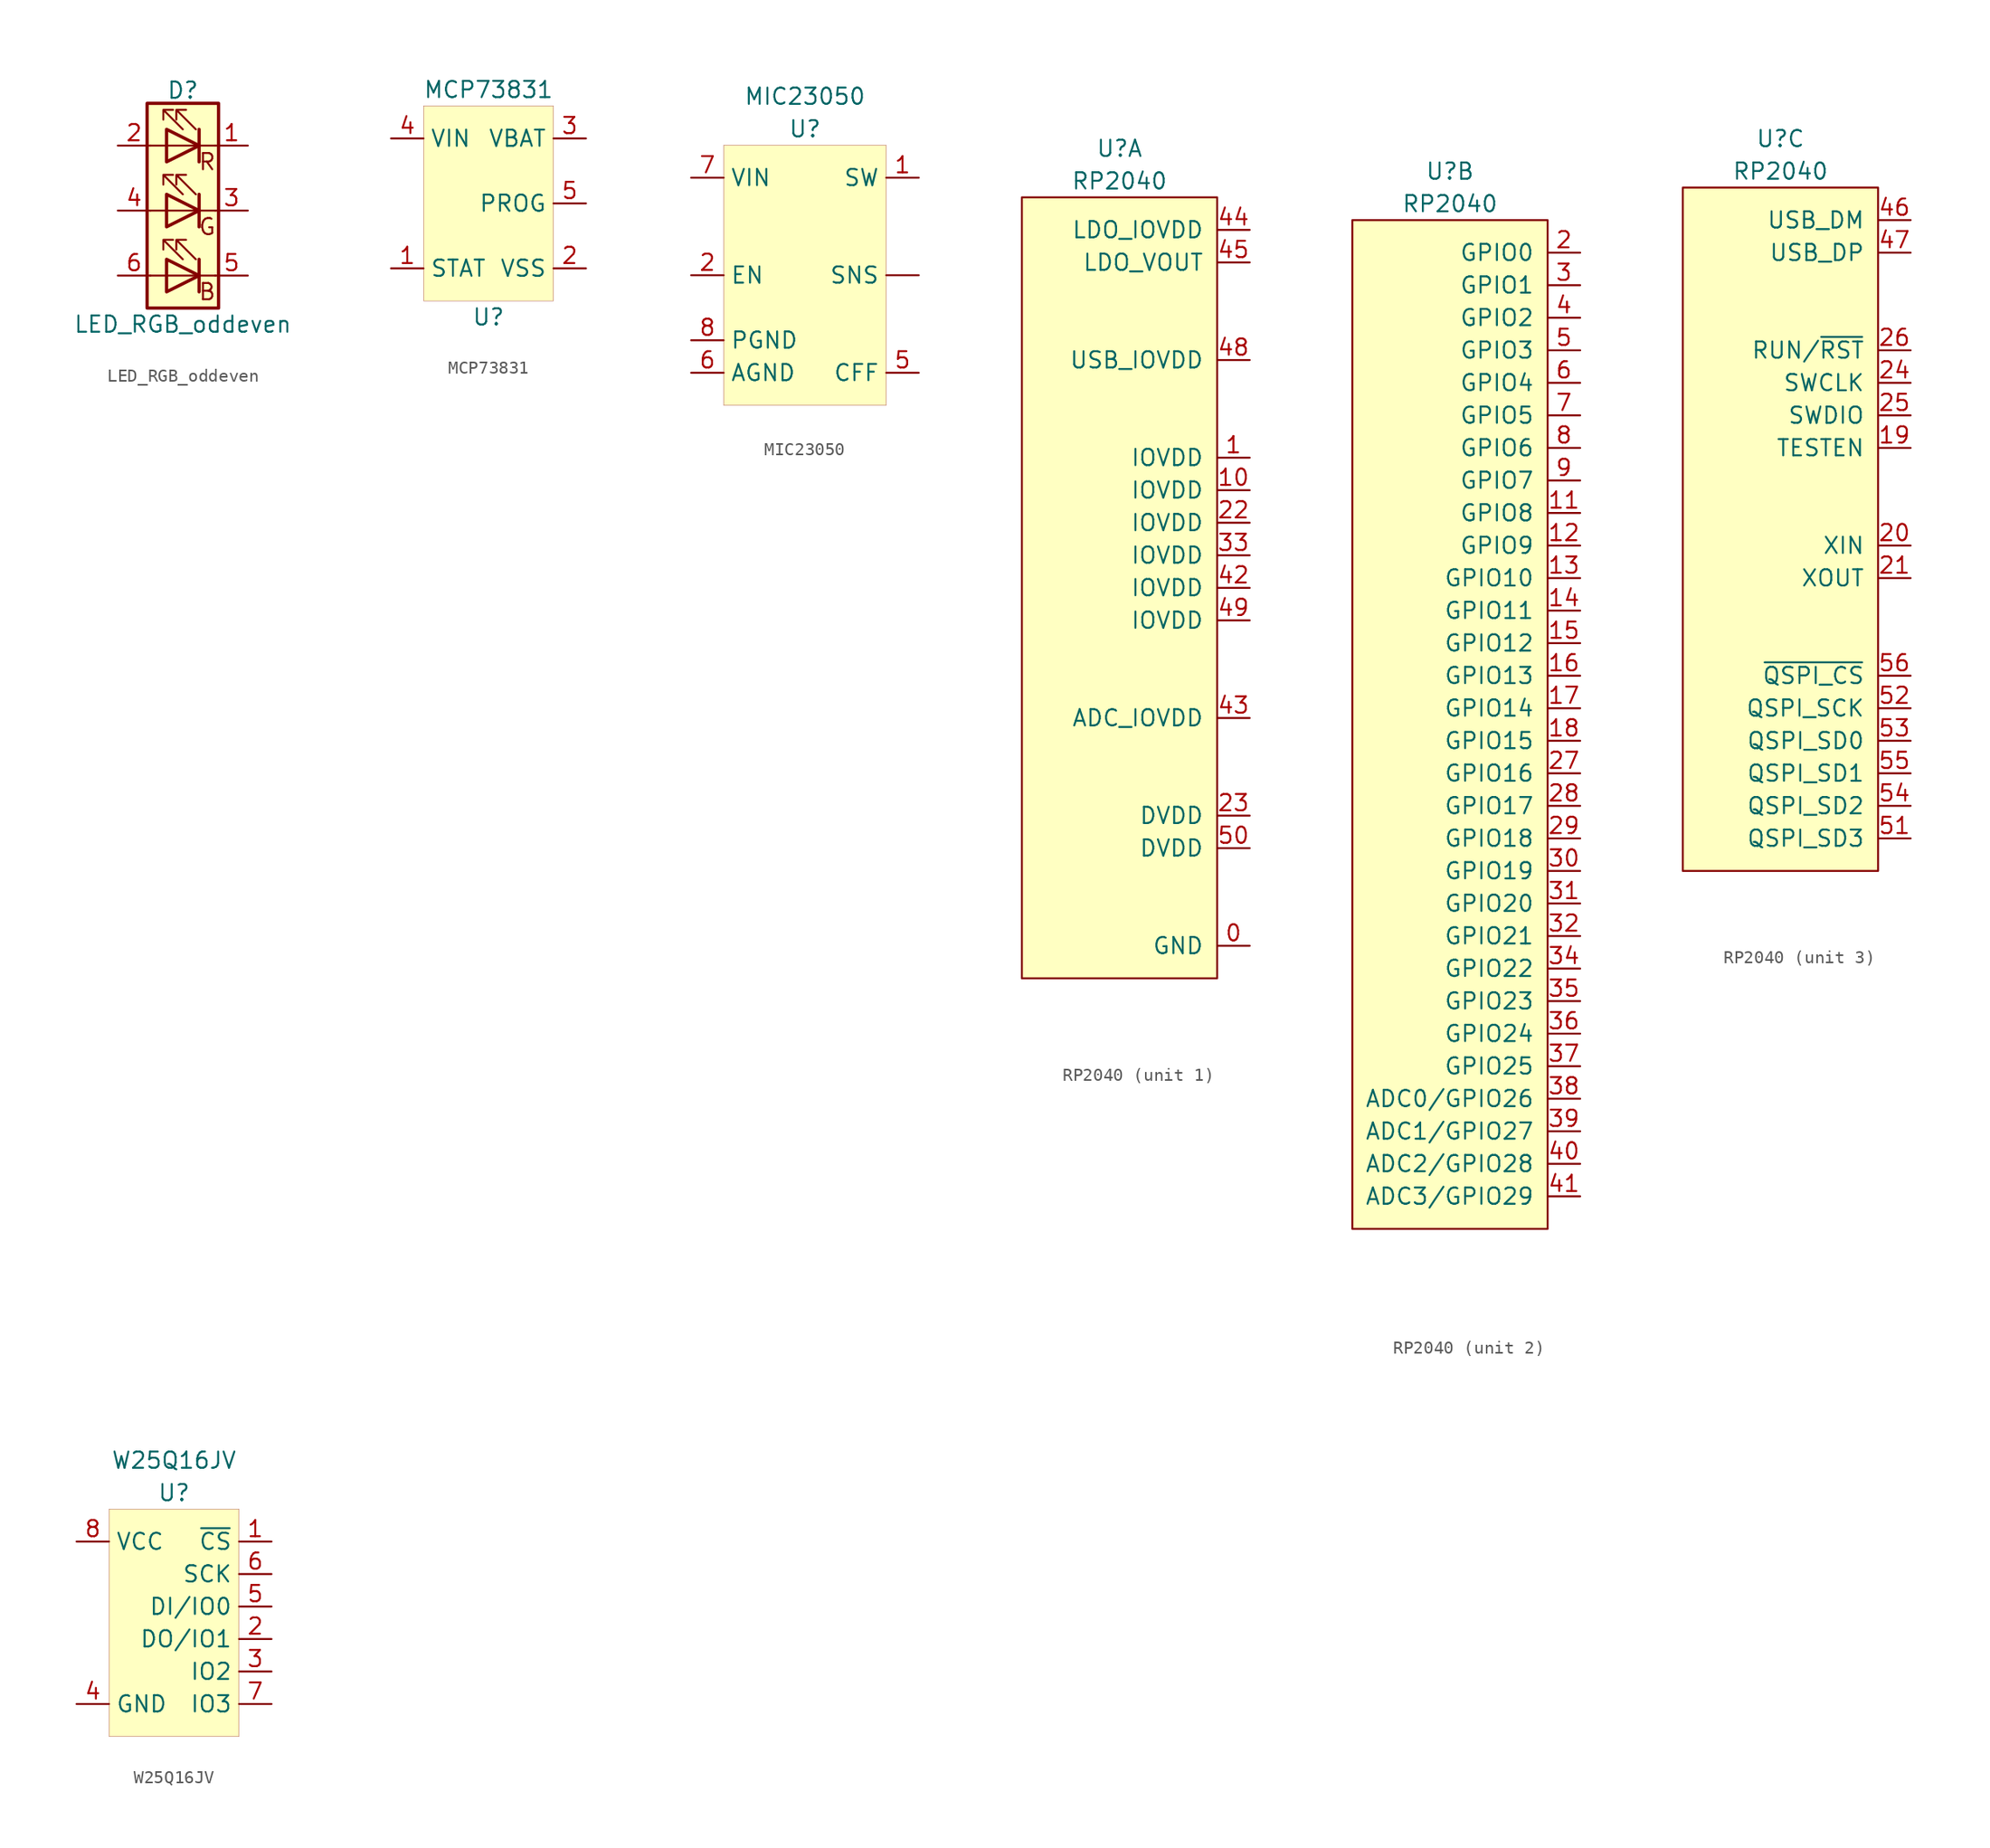
<source format=kicad_sym>
(kicad_symbol_lib
  (version 20201005)
  (generator kicad_symbol_editor)
  (symbol "riscboy:LED_RGB_oddeven"
    (pin_names
      (offset 0) hide)
    (property "Reference" "D"
      (at 0 9.398 0)
      (effects (font (size 1.27 1.27))))
    (property "Value" "LED_RGB_oddeven"
      (at 0 -8.89 0)
      (effects (font (size 1.27 1.27))))
    (symbol "LED_RGB_oddeven_0_0"
      (text "B" (at 1.905 -6.35 0) (effects (font (size 1.27 1.27))))
      (text "G" (at 1.905 -1.27 0) (effects (font (size 1.27 1.27))))
      (text "R" (at 1.905 3.81 0) (effects (font (size 1.27 1.27)))))
    (symbol "LED_RGB_oddeven_0_1"
      (rectangle (start -1.27 -1.27) (end -1.27 1.27) (stroke (width 0)) (fill (type none)))
      (rectangle (start -1.27 1.27) (end -1.27 1.27) (stroke (width 0)) (fill (type none)))
      (rectangle (start -1.27 3.81) (end -1.27 6.35) (stroke (width 0)) (fill (type none)))
      (rectangle (start -1.27 6.35) (end -1.27 6.35) (stroke (width 0)) (fill (type none)))
      (rectangle (start -2.794 8.382) (end 2.794 -7.62) (stroke (width 0.254)) (fill (type background)))
      (polyline (pts (xy 1.27 -5.08) (xy 2.54 -5.08)) (stroke (width 0)) (fill (type none)))
      (polyline (pts (xy 1.27 -5.08) (xy -1.27 -5.08)) (stroke (width 0)) (fill (type none)))
      (polyline (pts (xy 1.27 -3.81) (xy 1.27 -6.35)) (stroke (width 0.254)) (fill (type none)))
      (polyline (pts (xy 1.27 0) (xy 2.54 0)) (stroke (width 0)) (fill (type none)))
      (polyline (pts (xy 1.27 1.27) (xy 1.27 -1.27)) (stroke (width 0.254)) (fill (type none)))
      (polyline (pts (xy 1.27 5.08) (xy 2.54 5.08)) (stroke (width 0)) (fill (type none)))
      (polyline (pts (xy 1.27 5.08) (xy -1.27 5.08)) (stroke (width 0)) (fill (type none)))
      (polyline (pts (xy 1.27 6.35) (xy 1.27 3.81)) (stroke (width 0.254)) (fill (type none)))
      (polyline (pts (xy -1.27 -5.08) (xy -2.54 -5.08)) (stroke (width 0)) (fill (type none)))
      (polyline (pts (xy -1.27 0) (xy 1.27 0)) (stroke (width 0)) (fill (type none)))
      (polyline (pts (xy -1.27 0) (xy -2.54 0)) (stroke (width 0)) (fill (type none)))
      (polyline (pts (xy -1.27 5.08) (xy -2.54 5.08)) (stroke (width 0)) (fill (type none)))
      (polyline (pts (xy 1.27 1.27) (xy 1.27 -1.27) (xy 1.27 -1.27)) (stroke (width 0)) (fill (type none)))
      (polyline (pts (xy 1.27 6.35) (xy 1.27 3.81) (xy 1.27 3.81)) (stroke (width 0)) (fill (type none)))
      (polyline (pts (xy -1.27 -3.81) (xy -1.27 -6.35) (xy 1.27 -5.08) (xy -1.27 -3.81)) (stroke (width 0.254)) (fill (type none)))
      (polyline (pts (xy -1.27 1.27) (xy -1.27 -1.27) (xy 1.27 0) (xy -1.27 1.27)) (stroke (width 0.254)) (fill (type none)))
      (polyline (pts (xy -1.27 6.35) (xy -1.27 3.81) (xy 1.27 5.08) (xy -1.27 6.35)) (stroke (width 0.254)) (fill (type none)))
      (polyline (pts (xy 1.016 -3.81) (xy -0.508 -2.286) (xy 0.254 -2.286) (xy -0.508 -2.286) (xy -0.508 -3.048)) (stroke (width 0)) (fill (type none)))
      (polyline (pts (xy 1.016 1.27) (xy -0.508 2.794) (xy 0.254 2.794) (xy -0.508 2.794) (xy -0.508 2.032)) (stroke (width 0)) (fill (type none)))
      (polyline (pts (xy 1.016 6.35) (xy -0.508 7.874) (xy 0.254 7.874) (xy -0.508 7.874) (xy -0.508 7.112)) (stroke (width 0)) (fill (type none)))
      (polyline (pts (xy 0 -3.81) (xy -1.524 -2.286) (xy -0.762 -2.286) (xy -1.524 -2.286) (xy -1.524 -3.048)) (stroke (width 0)) (fill (type none)))
      (polyline (pts (xy 0 1.27) (xy -1.524 2.794) (xy -0.762 2.794) (xy -1.524 2.794) (xy -1.524 2.032)) (stroke (width 0)) (fill (type none)))
      (polyline (pts (xy 0 6.35) (xy -1.524 7.874) (xy -0.762 7.874) (xy -1.524 7.874) (xy -1.524 7.112)) (stroke (width 0)) (fill (type none))))
    (symbol "LED_RGB_oddeven_1_1"
      (pin passive line (at 5.08 5.08 180) (length 2.54) (name "RK" (effects (font (size 1.27 1.27)))) (number "1" (effects (font (size 1.27 1.27)))))
      (pin passive line (at 5.08 0 180) (length 2.54) (name "GK" (effects (font (size 1.27 1.27)))) (number "3" (effects (font (size 1.27 1.27)))))
      (pin passive line (at 5.08 -5.08 180) (length 2.54) (name "BK" (effects (font (size 1.27 1.27)))) (number "5" (effects (font (size 1.27 1.27)))))
      (pin passive line (at -5.08 0 0) (length 2.54) (name "GA" (effects (font (size 1.27 1.27)))) (number "4" (effects (font (size 1.27 1.27)))))
      (pin passive line (at -5.08 5.08 0) (length 2.54) (name "RA" (effects (font (size 1.27 1.27)))) (number "2" (effects (font (size 1.27 1.27)))))
      (pin passive line (at -5.08 -5.08 0) (length 2.54) (name "BA" (effects (font (size 1.27 1.27)))) (number "6" (effects (font (size 1.27 1.27)))))))
  (symbol "riscboy:MCP73831"
    (property "Reference" "U"
      (at 0 -8.89 0)
      (effects (font (size 1.27 1.27))))
    (property "Value" "MCP73831"
      (at 0 8.89 0)
      (effects (font (size 1.27 1.27))))
    (symbol "MCP73831_0_1"
      (rectangle (start -5.08 7.62) (end 5.08 -7.62) (stroke (width 0.001)) (fill (type background))))
    (symbol "MCP73831_1_1"
      (pin power_in line (at -7.62 5.08 0) (length 2.54) (name "VIN" (effects (font (size 1.27 1.27)))) (number "4" (effects (font (size 1.27 1.27)))))
      (pin open_collector line (at -7.62 -5.08 0) (length 2.54) (name "STAT" (effects (font (size 1.27 1.27)))) (number "1" (effects (font (size 1.27 1.27)))))
      (pin power_out line (at 7.62 5.08 180) (length 2.54) (name "VBAT" (effects (font (size 1.27 1.27)))) (number "3" (effects (font (size 1.27 1.27)))))
      (pin bidirectional line (at 7.62 0 180) (length 2.54) (name "PROG" (effects (font (size 1.27 1.27)))) (number "5" (effects (font (size 1.27 1.27)))))
      (pin passive line (at 7.62 -5.08 180) (length 2.54) (name "VSS" (effects (font (size 1.27 1.27)))) (number "2" (effects (font (size 1.27 1.27)))))))
  (symbol "riscboy:MIC23050"
    (property "Reference" "U"
      (at 0 11.43 0)
      (effects (font (size 1.27 1.27))))
    (property "Value" "MIC23050"
      (at 0 13.97 0)
      (effects (font (size 1.27 1.27))))
    (symbol "MIC23050_0_1"
      (rectangle (start -6.35 10.16) (end 6.35 -10.16) (stroke (width 0.001)) (fill (type background))))
    (symbol "MIC23050_1_1"
      (pin power_in line (at -8.89 7.62 0) (length 2.54) (name "VIN" (effects (font (size 1.27 1.27)))) (number "7" (effects (font (size 1.27 1.27)))))
      (pin input line (at -8.89 0 0) (length 2.54) (name "EN" (effects (font (size 1.27 1.27)))) (number "2" (effects (font (size 1.27 1.27)))))
      (pin passive line (at -8.89 -5.08 0) (length 2.54) (name "PGND" (effects (font (size 1.27 1.27)))) (number "8" (effects (font (size 1.27 1.27)))))
      (pin passive line (at -8.89 -7.62 0) (length 2.54) (name "AGND" (effects (font (size 1.27 1.27)))) (number "6" (effects (font (size 1.27 1.27)))))
      (pin power_out line (at 8.89 7.62 180) (length 2.54) (name "SW" (effects (font (size 1.27 1.27)))) (number "1" (effects (font (size 1.27 1.27)))))
      (pin power_out line (at 8.89 0 180) (length 2.54) (name "SNS" (effects (font (size 1.27 1.27)))) (number "" (effects (font (size 1.27 1.27)))))
      (pin power_out line (at 8.89 -7.62 180) (length 2.54) (name "CFF" (effects (font (size 1.27 1.27)))) (number "5" (effects (font (size 1.27 1.27)))))))
  (symbol "riscboy:RP2040"
    (pin_names
      (offset 1.016))
    (property "Reference" "U"
      (at 0 3.81 0)
      (effects (font (size 1.27 1.27))))
    (property "Value" "RP2040"
      (at 0 1.27 0)
      (effects (font (size 1.27 1.27))))
    (property "ki_locked" ""
      (at 0 0 0)
      (effects (font (size 1.27 1.27))))
    (symbol "RP2040_1_1"
      (rectangle (start -7.62 0) (end 7.62 -60.96) (stroke (width 0)) (fill (type background)))
      (pin passive line (at 10.16 -58.42 180) (length 2.54) (name "GND" (effects (font (size 1.27 1.27)))) (number "0" (effects (font (size 1.27 1.27)))))
      (pin power_in line (at 10.16 -20.32 180) (length 2.54) (name "IOVDD" (effects (font (size 1.27 1.27)))) (number "1" (effects (font (size 1.27 1.27)))))
      (pin power_in line (at 10.16 -22.86 180) (length 2.54) (name "IOVDD" (effects (font (size 1.27 1.27)))) (number "10" (effects (font (size 1.27 1.27)))))
      (pin power_in line (at 10.16 -25.4 180) (length 2.54) (name "IOVDD" (effects (font (size 1.27 1.27)))) (number "22" (effects (font (size 1.27 1.27)))))
      (pin power_in line (at 10.16 -48.26 180) (length 2.54) (name "DVDD" (effects (font (size 1.27 1.27)))) (number "23" (effects (font (size 1.27 1.27)))))
      (pin power_in line (at 10.16 -27.94 180) (length 2.54) (name "IOVDD" (effects (font (size 1.27 1.27)))) (number "33" (effects (font (size 1.27 1.27)))))
      (pin power_in line (at 10.16 -30.48 180) (length 2.54) (name "IOVDD" (effects (font (size 1.27 1.27)))) (number "42" (effects (font (size 1.27 1.27)))))
      (pin power_in line (at 10.16 -40.64 180) (length 2.54) (name "ADC_IOVDD" (effects (font (size 1.27 1.27)))) (number "43" (effects (font (size 1.27 1.27)))))
      (pin power_in line (at 10.16 -2.54 180) (length 2.54) (name "LDO_IOVDD" (effects (font (size 1.27 1.27)))) (number "44" (effects (font (size 1.27 1.27)))))
      (pin power_out line (at 10.16 -5.08 180) (length 2.54) (name "LDO_VOUT" (effects (font (size 1.27 1.27)))) (number "45" (effects (font (size 1.27 1.27)))))
      (pin power_in line (at 10.16 -12.7 180) (length 2.54) (name "USB_IOVDD" (effects (font (size 1.27 1.27)))) (number "48" (effects (font (size 1.27 1.27)))))
      (pin power_in line (at 10.16 -33.02 180) (length 2.54) (name "IOVDD" (effects (font (size 1.27 1.27)))) (number "49" (effects (font (size 1.27 1.27)))))
      (pin power_in line (at 10.16 -50.8 180) (length 2.54) (name "DVDD" (effects (font (size 1.27 1.27)))) (number "50" (effects (font (size 1.27 1.27))))))
    (symbol "RP2040_2_1"
      (rectangle (start 7.62 0) (end -7.62 -78.74) (stroke (width 0)) (fill (type background)))
      (pin bidirectional line (at 10.16 -22.86 180) (length 2.54) (name "GPIO8" (effects (font (size 1.27 1.27)))) (number "11" (effects (font (size 1.27 1.27)))))
      (pin bidirectional line (at 10.16 -25.4 180) (length 2.54) (name "GPIO9" (effects (font (size 1.27 1.27)))) (number "12" (effects (font (size 1.27 1.27)))))
      (pin bidirectional line (at 10.16 -27.94 180) (length 2.54) (name "GPIO10" (effects (font (size 1.27 1.27)))) (number "13" (effects (font (size 1.27 1.27)))))
      (pin bidirectional line (at 10.16 -30.48 180) (length 2.54) (name "GPIO11" (effects (font (size 1.27 1.27)))) (number "14" (effects (font (size 1.27 1.27)))))
      (pin bidirectional line (at 10.16 -33.02 180) (length 2.54) (name "GPIO12" (effects (font (size 1.27 1.27)))) (number "15" (effects (font (size 1.27 1.27)))))
      (pin bidirectional line (at 10.16 -35.56 180) (length 2.54) (name "GPIO13" (effects (font (size 1.27 1.27)))) (number "16" (effects (font (size 1.27 1.27)))))
      (pin bidirectional line (at 10.16 -38.1 180) (length 2.54) (name "GPIO14" (effects (font (size 1.27 1.27)))) (number "17" (effects (font (size 1.27 1.27)))))
      (pin bidirectional line (at 10.16 -40.64 180) (length 2.54) (name "GPIO15" (effects (font (size 1.27 1.27)))) (number "18" (effects (font (size 1.27 1.27)))))
      (pin bidirectional line (at 10.16 -2.54 180) (length 2.54) (name "GPIO0" (effects (font (size 1.27 1.27)))) (number "2" (effects (font (size 1.27 1.27)))))
      (pin bidirectional line (at 10.16 -43.18 180) (length 2.54) (name "GPIO16" (effects (font (size 1.27 1.27)))) (number "27" (effects (font (size 1.27 1.27)))))
      (pin bidirectional line (at 10.16 -45.72 180) (length 2.54) (name "GPIO17" (effects (font (size 1.27 1.27)))) (number "28" (effects (font (size 1.27 1.27)))))
      (pin bidirectional line (at 10.16 -48.26 180) (length 2.54) (name "GPIO18" (effects (font (size 1.27 1.27)))) (number "29" (effects (font (size 1.27 1.27)))))
      (pin bidirectional line (at 10.16 -5.08 180) (length 2.54) (name "GPIO1" (effects (font (size 1.27 1.27)))) (number "3" (effects (font (size 1.27 1.27)))))
      (pin bidirectional line (at 10.16 -50.8 180) (length 2.54) (name "GPIO19" (effects (font (size 1.27 1.27)))) (number "30" (effects (font (size 1.27 1.27)))))
      (pin bidirectional line (at 10.16 -53.34 180) (length 2.54) (name "GPIO20" (effects (font (size 1.27 1.27)))) (number "31" (effects (font (size 1.27 1.27)))))
      (pin bidirectional line (at 10.16 -55.88 180) (length 2.54) (name "GPIO21" (effects (font (size 1.27 1.27)))) (number "32" (effects (font (size 1.27 1.27)))))
      (pin bidirectional line (at 10.16 -58.42 180) (length 2.54) (name "GPIO22" (effects (font (size 1.27 1.27)))) (number "34" (effects (font (size 1.27 1.27)))))
      (pin bidirectional line (at 10.16 -60.96 180) (length 2.54) (name "GPIO23" (effects (font (size 1.27 1.27)))) (number "35" (effects (font (size 1.27 1.27)))))
      (pin bidirectional line (at 10.16 -63.5 180) (length 2.54) (name "GPIO24" (effects (font (size 1.27 1.27)))) (number "36" (effects (font (size 1.27 1.27)))))
      (pin bidirectional line (at 10.16 -66.04 180) (length 2.54) (name "GPIO25" (effects (font (size 1.27 1.27)))) (number "37" (effects (font (size 1.27 1.27)))))
      (pin bidirectional line (at 10.16 -68.58 180) (length 2.54) (name "ADC0/GPIO26" (effects (font (size 1.27 1.27)))) (number "38" (effects (font (size 1.27 1.27)))))
      (pin bidirectional line (at 10.16 -71.12 180) (length 2.54) (name "ADC1/GPIO27" (effects (font (size 1.27 1.27)))) (number "39" (effects (font (size 1.27 1.27)))))
      (pin bidirectional line (at 10.16 -7.62 180) (length 2.54) (name "GPIO2" (effects (font (size 1.27 1.27)))) (number "4" (effects (font (size 1.27 1.27)))))
      (pin bidirectional line (at 10.16 -73.66 180) (length 2.54) (name "ADC2/GPIO28" (effects (font (size 1.27 1.27)))) (number "40" (effects (font (size 1.27 1.27)))))
      (pin bidirectional line (at 10.16 -76.2 180) (length 2.54) (name "ADC3/GPIO29" (effects (font (size 1.27 1.27)))) (number "41" (effects (font (size 1.27 1.27)))))
      (pin bidirectional line (at 10.16 -10.16 180) (length 2.54) (name "GPIO3" (effects (font (size 1.27 1.27)))) (number "5" (effects (font (size 1.27 1.27)))))
      (pin bidirectional line (at 10.16 -12.7 180) (length 2.54) (name "GPIO4" (effects (font (size 1.27 1.27)))) (number "6" (effects (font (size 1.27 1.27)))))
      (pin bidirectional line (at 10.16 -15.24 180) (length 2.54) (name "GPIO5" (effects (font (size 1.27 1.27)))) (number "7" (effects (font (size 1.27 1.27)))))
      (pin bidirectional line (at 10.16 -17.78 180) (length 2.54) (name "GPIO6" (effects (font (size 1.27 1.27)))) (number "8" (effects (font (size 1.27 1.27)))))
      (pin bidirectional line (at 10.16 -20.32 180) (length 2.54) (name "GPIO7" (effects (font (size 1.27 1.27)))) (number "9" (effects (font (size 1.27 1.27))))))
    (symbol "RP2040_3_1"
      (rectangle (start 7.62 0) (end -7.62 -53.34) (stroke (width 0)) (fill (type background)))
      (pin input line (at 10.16 -20.32 180) (length 2.54) (name "TESTEN" (effects (font (size 1.27 1.27)))) (number "19" (effects (font (size 1.27 1.27)))))
      (pin input line (at 10.16 -27.94 180) (length 2.54) (name "XIN" (effects (font (size 1.27 1.27)))) (number "20" (effects (font (size 1.27 1.27)))))
      (pin output line (at 10.16 -30.48 180) (length 2.54) (name "XOUT" (effects (font (size 1.27 1.27)))) (number "21" (effects (font (size 1.27 1.27)))))
      (pin input line (at 10.16 -15.24 180) (length 2.54) (name "SWCLK" (effects (font (size 1.27 1.27)))) (number "24" (effects (font (size 1.27 1.27)))))
      (pin bidirectional line (at 10.16 -17.78 180) (length 2.54) (name "SWDIO" (effects (font (size 1.27 1.27)))) (number "25" (effects (font (size 1.27 1.27)))))
      (pin input line (at 10.16 -12.7 180) (length 2.54) (name "RUN/~RST~" (effects (font (size 1.27 1.27)))) (number "26" (effects (font (size 1.27 1.27)))))
      (pin bidirectional line (at 10.16 -2.54 180) (length 2.54) (name "USB_DM" (effects (font (size 1.27 1.27)))) (number "46" (effects (font (size 1.27 1.27)))))
      (pin bidirectional line (at 10.16 -5.08 180) (length 2.54) (name "USB_DP" (effects (font (size 1.27 1.27)))) (number "47" (effects (font (size 1.27 1.27)))))
      (pin bidirectional line (at 10.16 -50.8 180) (length 2.54) (name "QSPI_SD3" (effects (font (size 1.27 1.27)))) (number "51" (effects (font (size 1.27 1.27)))))
      (pin output line (at 10.16 -40.64 180) (length 2.54) (name "QSPI_SCK" (effects (font (size 1.27 1.27)))) (number "52" (effects (font (size 1.27 1.27)))))
      (pin bidirectional line (at 10.16 -43.18 180) (length 2.54) (name "QSPI_SD0" (effects (font (size 1.27 1.27)))) (number "53" (effects (font (size 1.27 1.27)))))
      (pin bidirectional line (at 10.16 -48.26 180) (length 2.54) (name "QSPI_SD2" (effects (font (size 1.27 1.27)))) (number "54" (effects (font (size 1.27 1.27)))))
      (pin bidirectional line (at 10.16 -45.72 180) (length 2.54) (name "QSPI_SD1" (effects (font (size 1.27 1.27)))) (number "55" (effects (font (size 1.27 1.27)))))
      (pin bidirectional line (at 10.16 -38.1 180) (length 2.54) (name "~QSPI_CS~" (effects (font (size 1.27 1.27)))) (number "56" (effects (font (size 1.27 1.27)))))))
  (symbol "riscboy:W25Q16JV"
    (property "Reference" "U"
      (at 0 8.89 0)
      (effects (font (size 1.27 1.27))))
    (property "Value" "W25Q16JV"
      (at 0 11.43 0)
      (effects (font (size 1.27 1.27))))
    (symbol "W25Q16JV_0_1"
      (rectangle (start -5.08 7.62) (end 5.08 -10.16) (stroke (width 0.001)) (fill (type background))))
    (symbol "W25Q16JV_1_1"
      (pin power_in line (at -7.62 5.08 0) (length 2.54) (name "VCC" (effects (font (size 1.27 1.27)))) (number "8" (effects (font (size 1.27 1.27)))))
      (pin passive line (at -7.62 -7.62 0) (length 2.54) (name "GND" (effects (font (size 1.27 1.27)))) (number "4" (effects (font (size 1.27 1.27)))))
      (pin input line (at 7.62 2.54 180) (length 2.54) (name "SCK" (effects (font (size 1.27 1.27)))) (number "6" (effects (font (size 1.27 1.27)))))
      (pin input line (at 7.62 5.08 180) (length 2.54) (name "~CS~" (effects (font (size 1.27 1.27)))) (number "1" (effects (font (size 1.27 1.27)))))
      (pin bidirectional line (at 7.62 0 180) (length 2.54) (name "DI/IO0" (effects (font (size 1.27 1.27)))) (number "5" (effects (font (size 1.27 1.27)))))
      (pin bidirectional line (at 7.62 -2.54 180) (length 2.54) (name "DO/IO1" (effects (font (size 1.27 1.27)))) (number "2" (effects (font (size 1.27 1.27)))))
      (pin bidirectional line (at 7.62 -5.08 180) (length 2.54) (name "IO2" (effects (font (size 1.27 1.27)))) (number "3" (effects (font (size 1.27 1.27)))))
      (pin bidirectional line (at 7.62 -7.62 180) (length 2.54) (name "IO3" (effects (font (size 1.27 1.27)))) (number "7" (effects (font (size 1.27 1.27))))))))
</source>
